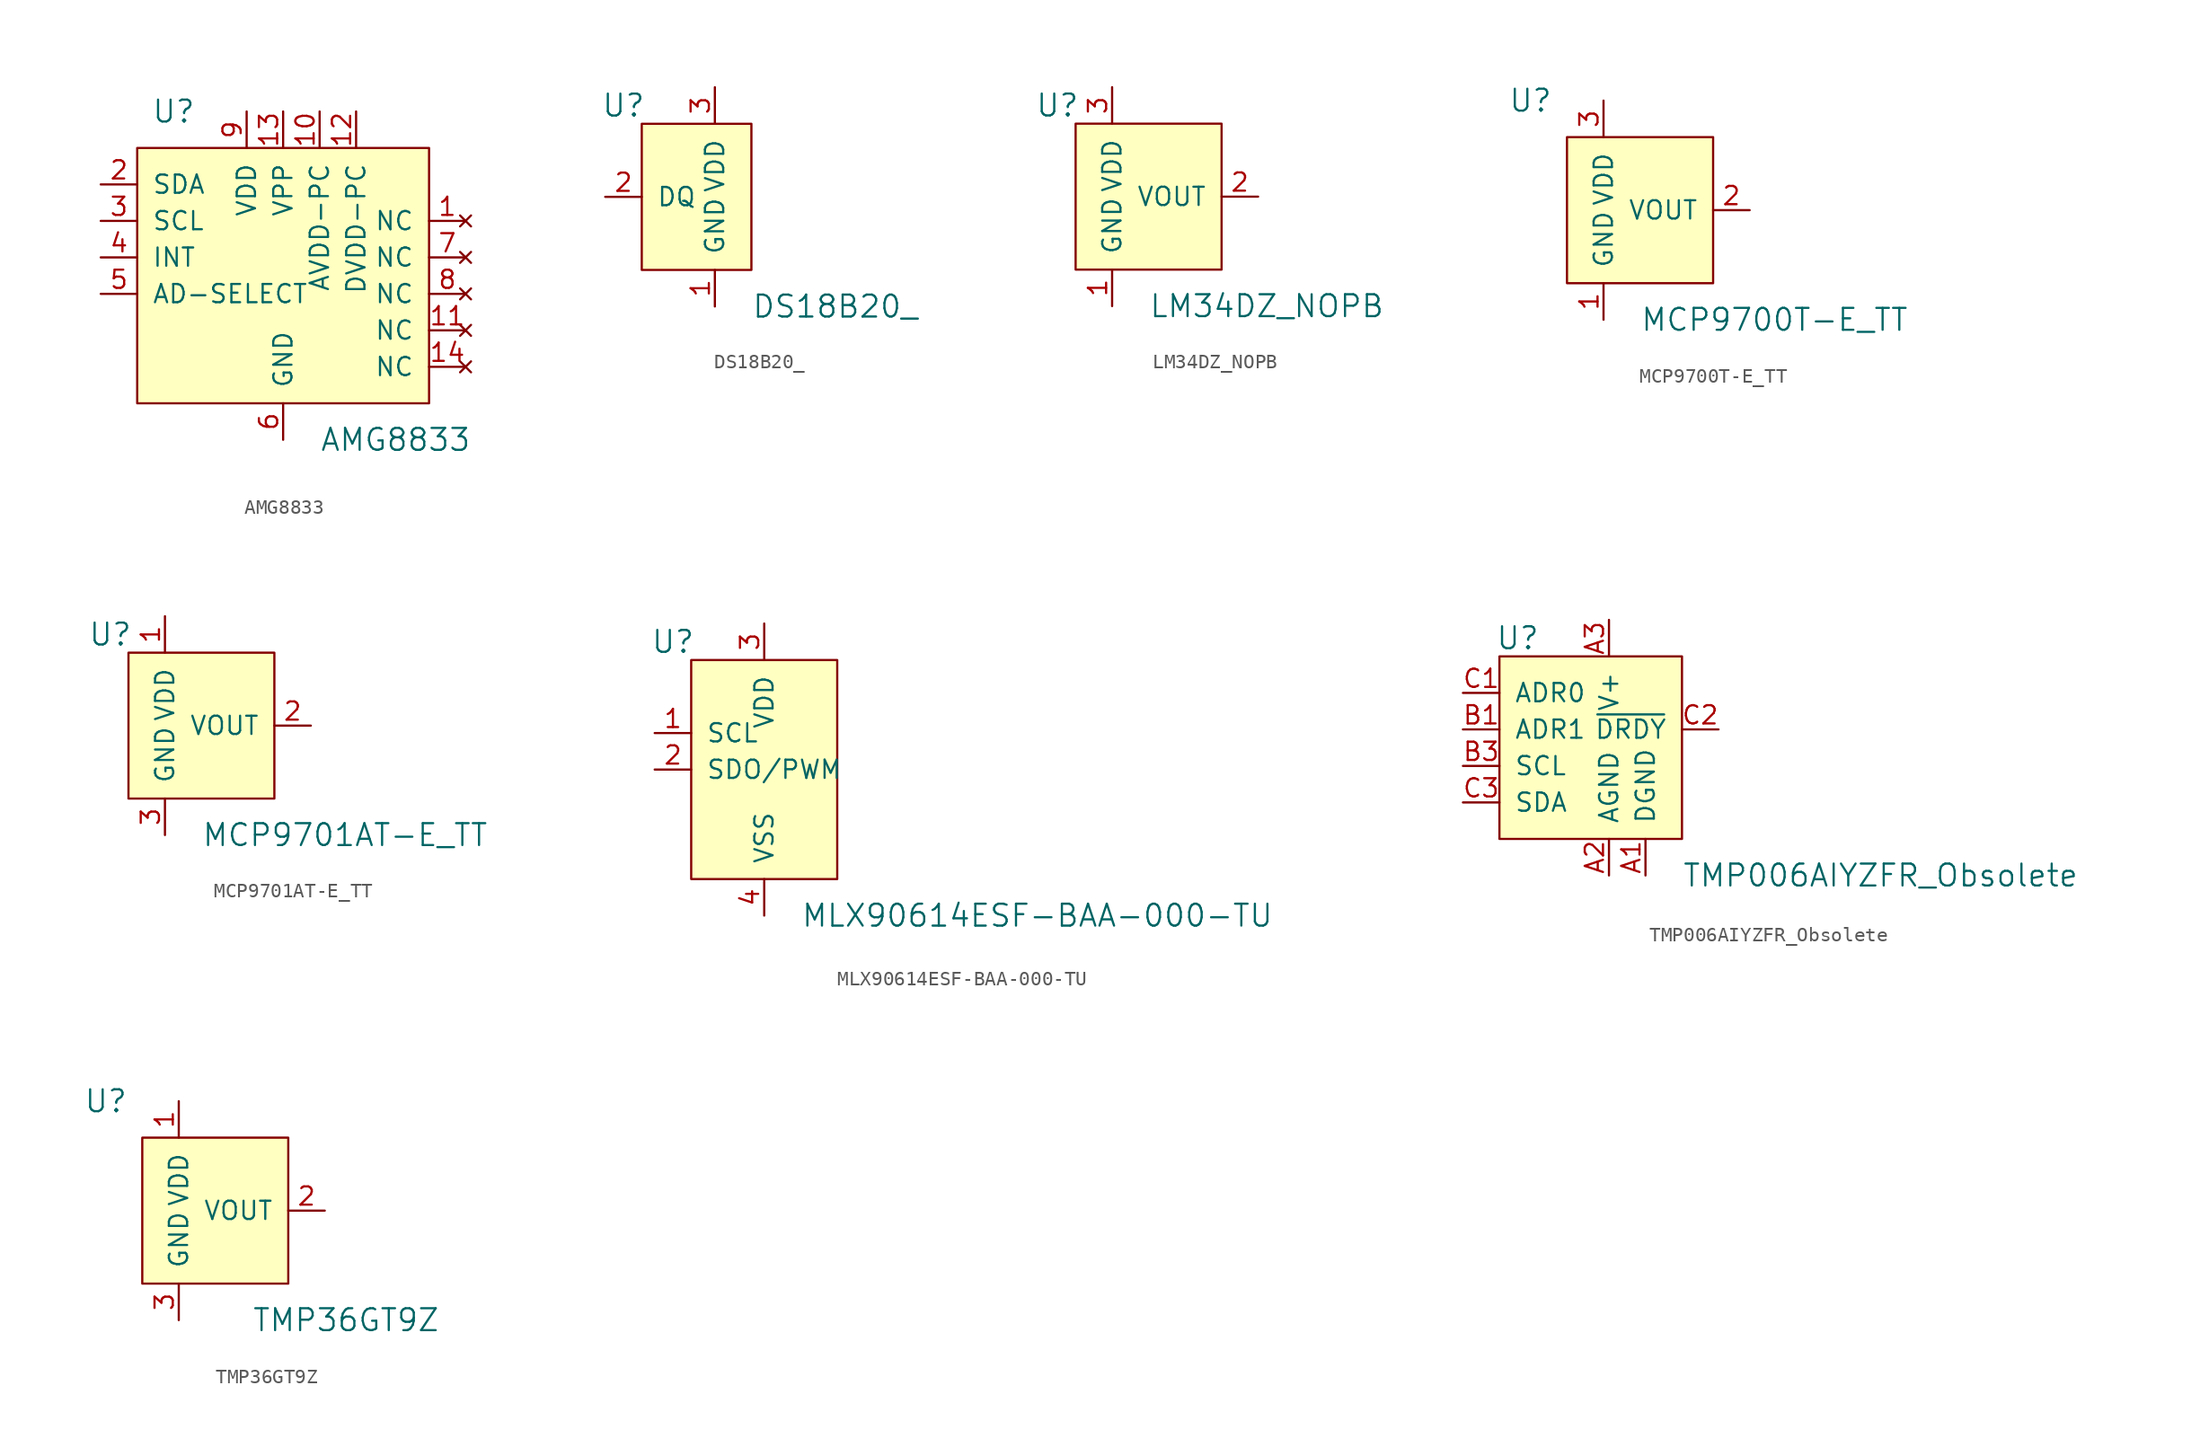
<source format=kicad_sym>
(kicad_symbol_lib
  (version 20231120)
  (generator "kicad_symbol_editor")
  (generator_version "8.0")
  (symbol "AMG8833"
    (pin_names
      (offset 1.016))
    (property "Reference" "U"
      (at -7.62 17.78 0)
      (effects (font (size 1.524 1.524))))
    (property "Value" "AMG8833"
      (at 2.54 -5.08 0)
      (effects (font (size 1.524 1.524)) (justify left)))
    (symbol "AMG8833_0_1"
      (rectangle (start 10.16 15.24) (end -10.16 -2.54) (stroke (width 0) (type solid)) (fill (type background))))
    (symbol "AMG8833_1_1"
      (pin no_connect line (at 12.7 10.16 180) (length 2.54) (name "NC" (effects (font (size 1.27 1.27)))) (number "1" (effects (font (size 1.27 1.27)))))
      (pin power_in line (at 2.54 17.78 270) (length 2.54) (name "AVDD-PC" (effects (font (size 1.27 1.27)))) (number "10" (effects (font (size 1.27 1.27)))))
      (pin no_connect line (at 12.7 2.54 180) (length 2.54) (name "NC" (effects (font (size 1.27 1.27)))) (number "11" (effects (font (size 1.27 1.27)))))
      (pin power_in line (at 5.08 17.78 270) (length 2.54) (name "DVDD-PC" (effects (font (size 1.27 1.27)))) (number "12" (effects (font (size 1.27 1.27)))))
      (pin power_in line (at 0 17.78 270) (length 2.54) (name "VPP" (effects (font (size 1.27 1.27)))) (number "13" (effects (font (size 1.27 1.27)))))
      (pin no_connect line (at 12.7 0 180) (length 2.54) (name "NC" (effects (font (size 1.27 1.27)))) (number "14" (effects (font (size 1.27 1.27)))))
      (pin bidirectional line (at -12.7 12.7 0) (length 2.54) (name "SDA" (effects (font (size 1.27 1.27)))) (number "2" (effects (font (size 1.27 1.27)))))
      (pin bidirectional line (at -12.7 10.16 0) (length 2.54) (name "SCL" (effects (font (size 1.27 1.27)))) (number "3" (effects (font (size 1.27 1.27)))))
      (pin bidirectional line (at -12.7 7.62 0) (length 2.54) (name "INT" (effects (font (size 1.27 1.27)))) (number "4" (effects (font (size 1.27 1.27)))))
      (pin input line (at -12.7 5.08 0) (length 2.54) (name "AD-SELECT" (effects (font (size 1.27 1.27)))) (number "5" (effects (font (size 1.27 1.27)))))
      (pin power_in line (at 0 -5.08 90) (length 2.54) (name "GND" (effects (font (size 1.27 1.27)))) (number "6" (effects (font (size 1.27 1.27)))))
      (pin no_connect line (at 12.7 7.62 180) (length 2.54) (name "NC" (effects (font (size 1.27 1.27)))) (number "7" (effects (font (size 1.27 1.27)))))
      (pin no_connect line (at 12.7 5.08 180) (length 2.54) (name "NC" (effects (font (size 1.27 1.27)))) (number "8" (effects (font (size 1.27 1.27)))))
      (pin power_in line (at -2.54 17.78 270) (length 2.54) (name "VDD" (effects (font (size 1.27 1.27)))) (number "9" (effects (font (size 1.27 1.27)))))))
  (symbol "DS18B20_"
    (pin_names
      (offset 1.016))
    (property "Reference" "U"
      (at -6.35 6.35 0)
      (effects (font (size 1.524 1.524))))
    (property "Value" "DS18B20_"
      (at 2.54 -7.62 0)
      (effects (font (size 1.524 1.524)) (justify left)))
    (symbol "DS18B20__0_1"
      (rectangle (start -5.08 5.08) (end 2.54 -5.08) (stroke (width 0) (type solid)) (fill (type background))))
    (symbol "DS18B20__1_1"
      (pin power_in line (at 0 -7.62 90) (length 2.54) (name "GND" (effects (font (size 1.27 1.27)))) (number "1" (effects (font (size 1.27 1.27)))))
      (pin bidirectional line (at -7.62 0 0) (length 2.54) (name "DQ" (effects (font (size 1.27 1.27)))) (number "2" (effects (font (size 1.27 1.27)))))
      (pin power_in line (at 0 7.62 270) (length 2.54) (name "VDD" (effects (font (size 1.27 1.27)))) (number "3" (effects (font (size 1.27 1.27)))))))
  (symbol "LM34DZ_NOPB"
    (pin_names
      (offset 1.016))
    (property "Reference" "U"
      (at -3.81 6.35 0)
      (effects (font (size 1.524 1.524))))
    (property "Value" "LM34DZ_NOPB"
      (at 2.54 -7.62 0)
      (effects (font (size 1.524 1.524)) (justify left)))
    (symbol "LM34DZ_NOPB_0_1"
      (rectangle (start 7.62 5.08) (end -2.54 -5.08) (stroke (width 0) (type solid)) (fill (type background))))
    (symbol "LM34DZ_NOPB_1_1"
      (pin power_in line (at 0 -7.62 90) (length 2.54) (name "GND" (effects (font (size 1.27 1.27)))) (number "1" (effects (font (size 1.27 1.27)))))
      (pin output line (at 10.16 0 180) (length 2.54) (name "VOUT" (effects (font (size 1.27 1.27)))) (number "2" (effects (font (size 1.27 1.27)))))
      (pin power_in line (at 0 7.62 270) (length 2.54) (name "VDD" (effects (font (size 1.27 1.27)))) (number "3" (effects (font (size 1.27 1.27)))))))
  (symbol "MCP9700T-E_TT"
    (pin_names
      (offset 1.016))
    (property "Reference" "U"
      (at -5.08 7.62 0)
      (effects (font (size 1.524 1.524))))
    (property "Value" "MCP9700T-E_TT"
      (at 2.54 -7.62 0)
      (effects (font (size 1.524 1.524)) (justify left)))
    (symbol "MCP9700T-E_TT_0_1"
      (rectangle (start 7.62 5.08) (end -2.54 -5.08) (stroke (width 0) (type solid)) (fill (type background))))
    (symbol "MCP9700T-E_TT_1_1"
      (pin power_in line (at 0 -7.62 90) (length 2.54) (name "GND" (effects (font (size 1.27 1.27)))) (number "1" (effects (font (size 1.27 1.27)))))
      (pin output line (at 10.16 0 180) (length 2.54) (name "VOUT" (effects (font (size 1.27 1.27)))) (number "2" (effects (font (size 1.27 1.27)))))
      (pin power_in line (at 0 7.62 270) (length 2.54) (name "VDD" (effects (font (size 1.27 1.27)))) (number "3" (effects (font (size 1.27 1.27)))))))
  (symbol "MCP9701AT-E_TT"
    (pin_names
      (offset 1.016))
    (property "Reference" "U"
      (at -3.81 6.35 0)
      (effects (font (size 1.524 1.524))))
    (property "Value" "MCP9701AT-E_TT"
      (at 2.54 -7.62 0)
      (effects (font (size 1.524 1.524)) (justify left)))
    (symbol "MCP9701AT-E_TT_0_1"
      (rectangle (start 7.62 5.08) (end -2.54 -5.08) (stroke (width 0) (type solid)) (fill (type background))))
    (symbol "MCP9701AT-E_TT_1_1"
      (pin power_in line (at 0 7.62 270) (length 2.54) (name "VDD" (effects (font (size 1.27 1.27)))) (number "1" (effects (font (size 1.27 1.27)))))
      (pin output line (at 10.16 0 180) (length 2.54) (name "VOUT" (effects (font (size 1.27 1.27)))) (number "2" (effects (font (size 1.27 1.27)))))
      (pin power_in line (at 0 -7.62 90) (length 2.54) (name "GND" (effects (font (size 1.27 1.27)))) (number "3" (effects (font (size 1.27 1.27)))))))
  (symbol "MLX90614ESF-BAA-000-TU"
    (pin_names
      (offset 1.016))
    (property "Reference" "U"
      (at -6.35 8.89 0)
      (effects (font (size 1.524 1.524))))
    (property "Value" "MLX90614ESF-BAA-000-TU"
      (at 2.54 -10.16 0)
      (effects (font (size 1.524 1.524)) (justify left)))
    (symbol "MLX90614ESF-BAA-000-TU_1_1"
      (rectangle (start -5.08 7.62) (end 5.08 -7.62) (stroke (width 0) (type solid)) (fill (type background)))
      (pin input line (at -7.62 2.54 0) (length 2.54) (name "SCL" (effects (font (size 1.27 1.27)))) (number "1" (effects (font (size 1.27 1.27)))))
      (pin bidirectional line (at -7.62 0 0) (length 2.54) (name "SDO/PWM" (effects (font (size 1.27 1.27)))) (number "2" (effects (font (size 1.27 1.27)))))
      (pin power_in line (at 0 10.16 270) (length 2.54) (name "VDD" (effects (font (size 1.27 1.27)))) (number "3" (effects (font (size 1.27 1.27)))))
      (pin power_in line (at 0 -10.16 90) (length 2.54) (name "VSS" (effects (font (size 1.27 1.27)))) (number "4" (effects (font (size 1.27 1.27)))))))
  (symbol "TMP006AIYZFR_Obsolete"
    (pin_names
      (offset 1.016))
    (property "Reference" "U"
      (at -6.35 11.43 0)
      (effects (font (size 1.524 1.524))))
    (property "Value" "TMP006AIYZFR_Obsolete"
      (at 5.08 -5.08 0)
      (effects (font (size 1.524 1.524)) (justify left)))
    (symbol "TMP006AIYZFR_Obsolete_0_1"
      (rectangle (start -7.62 10.16) (end 5.08 -2.54) (stroke (width 0) (type solid)) (fill (type background))))
    (symbol "TMP006AIYZFR_Obsolete_1_1"
      (pin power_in line (at 2.54 -5.08 90) (length 2.54) (name "DGND" (effects (font (size 1.27 1.27)))) (number "A1" (effects (font (size 1.27 1.27)))))
      (pin power_in line (at 0 -5.08 90) (length 2.54) (name "AGND" (effects (font (size 1.27 1.27)))) (number "A2" (effects (font (size 1.27 1.27)))))
      (pin power_in line (at 0 12.7 270) (length 2.54) (name "V+" (effects (font (size 1.27 1.27)))) (number "A3" (effects (font (size 1.27 1.27)))))
      (pin input line (at -10.16 5.08 0) (length 2.54) (name "ADR1" (effects (font (size 1.27 1.27)))) (number "B1" (effects (font (size 1.27 1.27)))))
      (pin input line (at -10.16 2.54 0) (length 2.54) (name "SCL" (effects (font (size 1.27 1.27)))) (number "B3" (effects (font (size 1.27 1.27)))))
      (pin input line (at -10.16 7.62 0) (length 2.54) (name "ADR0" (effects (font (size 1.27 1.27)))) (number "C1" (effects (font (size 1.27 1.27)))))
      (pin output line (at 7.62 5.08 180) (length 2.54) (name "~{DRDY}" (effects (font (size 1.27 1.27)))) (number "C2" (effects (font (size 1.27 1.27)))))
      (pin bidirectional line (at -10.16 0 0) (length 2.54) (name "SDA" (effects (font (size 1.27 1.27)))) (number "C3" (effects (font (size 1.27 1.27)))))))
  (symbol "TMP36GT9Z"
    (pin_names
      (offset 1.016))
    (property "Reference" "U"
      (at -5.08 7.62 0)
      (effects (font (size 1.524 1.524))))
    (property "Value" "TMP36GT9Z"
      (at 5.08 -7.62 0)
      (effects (font (size 1.524 1.524)) (justify left)))
    (symbol "TMP36GT9Z_0_1"
      (rectangle (start 7.62 5.08) (end -2.54 -5.08) (stroke (width 0) (type solid)) (fill (type background))))
    (symbol "TMP36GT9Z_1_1"
      (pin power_in line (at 0 7.62 270) (length 2.54) (name "VDD" (effects (font (size 1.27 1.27)))) (number "1" (effects (font (size 1.27 1.27)))))
      (pin output line (at 10.16 0 180) (length 2.54) (name "VOUT" (effects (font (size 1.27 1.27)))) (number "2" (effects (font (size 1.27 1.27)))))
      (pin power_in line (at 0 -7.62 90) (length 2.54) (name "GND" (effects (font (size 1.27 1.27)))) (number "3" (effects (font (size 1.27 1.27))))))))
</source>
